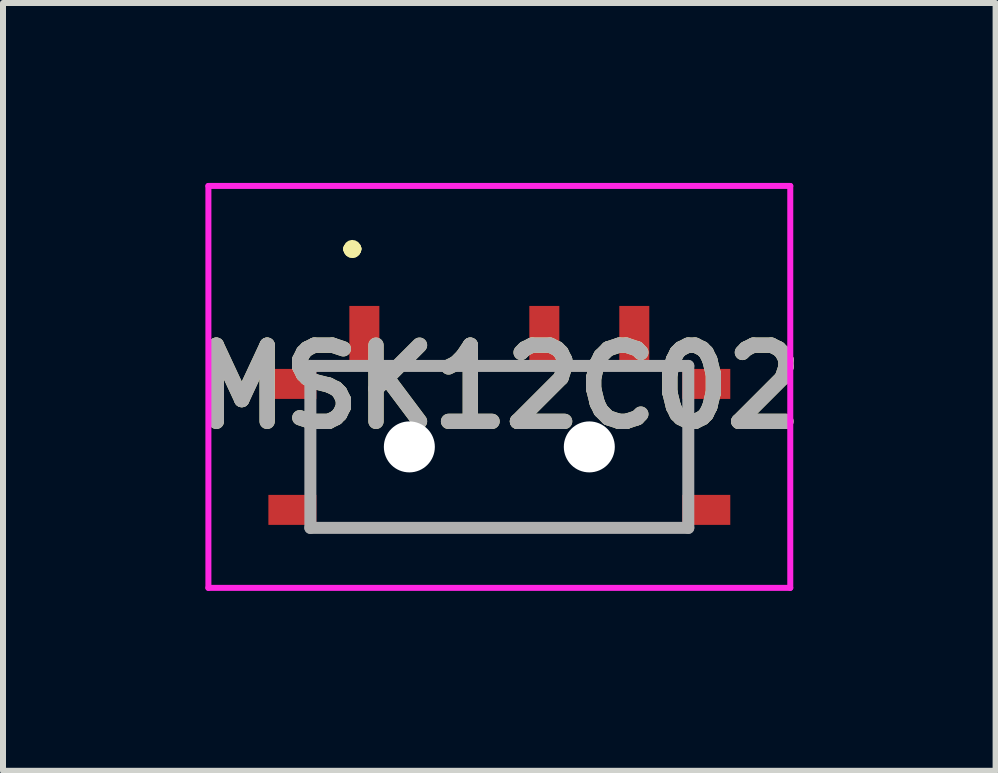
<source format=kicad_pcb>
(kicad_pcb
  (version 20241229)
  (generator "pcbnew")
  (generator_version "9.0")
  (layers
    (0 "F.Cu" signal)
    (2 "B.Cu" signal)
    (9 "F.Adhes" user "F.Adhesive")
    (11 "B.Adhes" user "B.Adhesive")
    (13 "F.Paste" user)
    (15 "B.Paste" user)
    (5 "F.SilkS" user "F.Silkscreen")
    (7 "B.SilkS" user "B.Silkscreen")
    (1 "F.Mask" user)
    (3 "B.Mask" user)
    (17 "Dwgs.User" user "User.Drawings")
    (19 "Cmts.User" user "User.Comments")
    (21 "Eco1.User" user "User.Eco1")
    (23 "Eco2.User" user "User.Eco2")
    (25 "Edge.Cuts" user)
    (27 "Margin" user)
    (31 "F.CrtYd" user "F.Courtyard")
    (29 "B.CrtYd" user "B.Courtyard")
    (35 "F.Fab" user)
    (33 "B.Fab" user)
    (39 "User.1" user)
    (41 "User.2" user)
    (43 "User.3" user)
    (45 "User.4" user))
  (footprint "MSK12C02"
    (layer "F.Cu")
    (at 5.274 4.4)
    (property "Reference" "MSK12C02" (at 0 -1 0) (layer "F.SilkS") (effects (font (size 1.27 1.27) (thickness 0.254))))
    (attr through_hole)
    (fp_line (start -3.15 -0.25) (end -3.15 -0.25) (stroke (width 0.1) (type solid)) (layer "F.SilkS"))
    (fp_line (start -3.15 -0.25) (end -3.15 0.25) (stroke (width 0.1) (type solid)) (layer "F.SilkS"))
    (fp_line (start -3.15 0.25) (end -3.15 -0.25) (stroke (width 0.1) (type solid)) (layer "F.SilkS"))
    (fp_line (start -3.15 0.25) (end -3.15 0.25) (stroke (width 0.1) (type solid)) (layer "F.SilkS"))
    (fp_line (start -2.5 -3.3) (end -2.5 -3.3) (stroke (width 0.2) (type solid)) (layer "F.SilkS"))
    (fp_line (start -2.5 -3.3) (end -2.5 -3.3) (stroke (width 0.2) (type solid)) (layer "F.SilkS"))
    (fp_line (start -2.5 1.35) (end -2.5 1.35) (stroke (width 0.1) (type solid)) (layer "F.SilkS"))
    (fp_line (start -2.5 1.35) (end 2.5 1.35) (stroke (width 0.1) (type solid)) (layer "F.SilkS"))
    (fp_line (start -2.4 -3.3) (end -2.4 -3.3) (stroke (width 0.2) (type solid)) (layer "F.SilkS"))
    (fp_line (start -1.25 -1.35) (end -1.25 -1.35) (stroke (width 0.1) (type solid)) (layer "F.SilkS"))
    (fp_line (start -1.25 -1.35) (end -0.25 -1.35) (stroke (width 0.1) (type solid)) (layer "F.SilkS"))
    (fp_line (start -0.25 -1.35) (end -1.25 -1.35) (stroke (width 0.1) (type solid)) (layer "F.SilkS"))
    (fp_line (start -0.25 -1.35) (end -0.25 -1.35) (stroke (width 0.1) (type solid)) (layer "F.SilkS"))
    (fp_line (start 2.5 1.35) (end -2.5 1.35) (stroke (width 0.1) (type solid)) (layer "F.SilkS"))
    (fp_line (start 2.5 1.35) (end 2.5 1.35) (stroke (width 0.1) (type solid)) (layer "F.SilkS"))
    (fp_line (start 3.15 -0.25) (end 3.15 -0.25) (stroke (width 0.1) (type solid)) (layer "F.SilkS"))
    (fp_line (start 3.15 -0.25) (end 3.15 0.25) (stroke (width 0.1) (type solid)) (layer "F.SilkS"))
    (fp_line (start 3.15 0.25) (end 3.15 -0.25) (stroke (width 0.1) (type solid)) (layer "F.SilkS"))
    (fp_line (start 3.15 0.25) (end 3.15 0.25) (stroke (width 0.1) (type solid)) (layer "F.SilkS"))
    (fp_arc (start -2.5 -3.3) (mid -2.45 -3.35) (end -2.4 -3.3) (stroke (width 0.2) (type solid)) (layer "F.SilkS"))
    (fp_arc (start -2.4 -3.3) (mid -2.45 -3.25) (end -2.5 -3.3) (stroke (width 0.2) (type solid)) (layer "F.SilkS"))
    (fp_arc (start -2.4 -3.3) (mid -2.45 -3.25) (end -2.5 -3.3) (stroke (width 0.2) (type solid)) (layer "F.SilkS"))
    (fp_line (start -4.85 -4.35) (end 4.85 -4.35) (stroke (width 0.1) (type solid)) (layer "F.CrtYd"))
    (fp_line (start -4.85 2.35) (end -4.85 -4.35) (stroke (width 0.1) (type solid)) (layer "F.CrtYd"))
    (fp_line (start 4.85 -4.35) (end 4.85 2.35) (stroke (width 0.1) (type solid)) (layer "F.CrtYd"))
    (fp_line (start 4.85 2.35) (end -4.85 2.35) (stroke (width 0.1) (type solid)) (layer "F.CrtYd"))
    (fp_line (start -3.15 -1.35) (end -3.15 1.35) (stroke (width 0.2) (type solid)) (layer "F.Fab"))
    (fp_line (start -3.15 1.35) (end 3.15 1.35) (stroke (width 0.2) (type solid)) (layer "F.Fab"))
    (fp_line (start 3.15 -1.35) (end -3.15 -1.35) (stroke (width 0.2) (type solid)) (layer "F.Fab"))
    (fp_line (start 3.15 1.35) (end 3.15 -1.35) (stroke (width 0.2) (type solid)) (layer "F.Fab"))
    (fp_text user "${REFERENCE}" (at 0 -1 0) (layer "F.Fab") (effects (font (size 1.27 1.27) (thickness 0.254))))
    (pad "" np_thru_hole circle (at -1.5 0) (size 0.85 0.85) (drill 0.85) (layers "*.Cu" "*.Mask"))
    (pad "" np_thru_hole circle (at 1.5 0) (size 0.85 0.85) (drill 0.85) (layers "*.Cu" "*.Mask"))
    (pad "1" smd rect (at -2.25 -1.85) (size 0.5 1) (layers "F.Cu" "F.Mask" "F.Paste"))
    (pad "2" smd rect (at 0.75 -1.85) (size 0.5 1) (layers "F.Cu" "F.Mask" "F.Paste"))
    (pad "3" smd rect (at 2.25 -1.85) (size 0.5 1) (layers "F.Cu" "F.Mask" "F.Paste"))
    (pad "4" smd rect (at -3.45 -1.05 90) (size 0.5 0.8) (layers "F.Cu" "F.Mask" "F.Paste"))
    (pad "4" smd rect (at -3.45 1.05 90) (size 0.5 0.8) (layers "F.Cu" "F.Mask" "F.Paste"))
    (pad "4" smd rect (at 3.45 -1.05 90) (size 0.5 0.8) (layers "F.Cu" "F.Mask" "F.Paste"))
    (pad "4" smd rect (at 3.45 1.05 90) (size 0.5 0.8) (layers "F.Cu" "F.Mask" "F.Paste")))
  (gr_rect
    (start -3 -3)
    (end 13.547 9.8)
    (stroke (width 0.1) (type default))
    (fill no)
    (layer "Edge.Cuts")))
</source>
